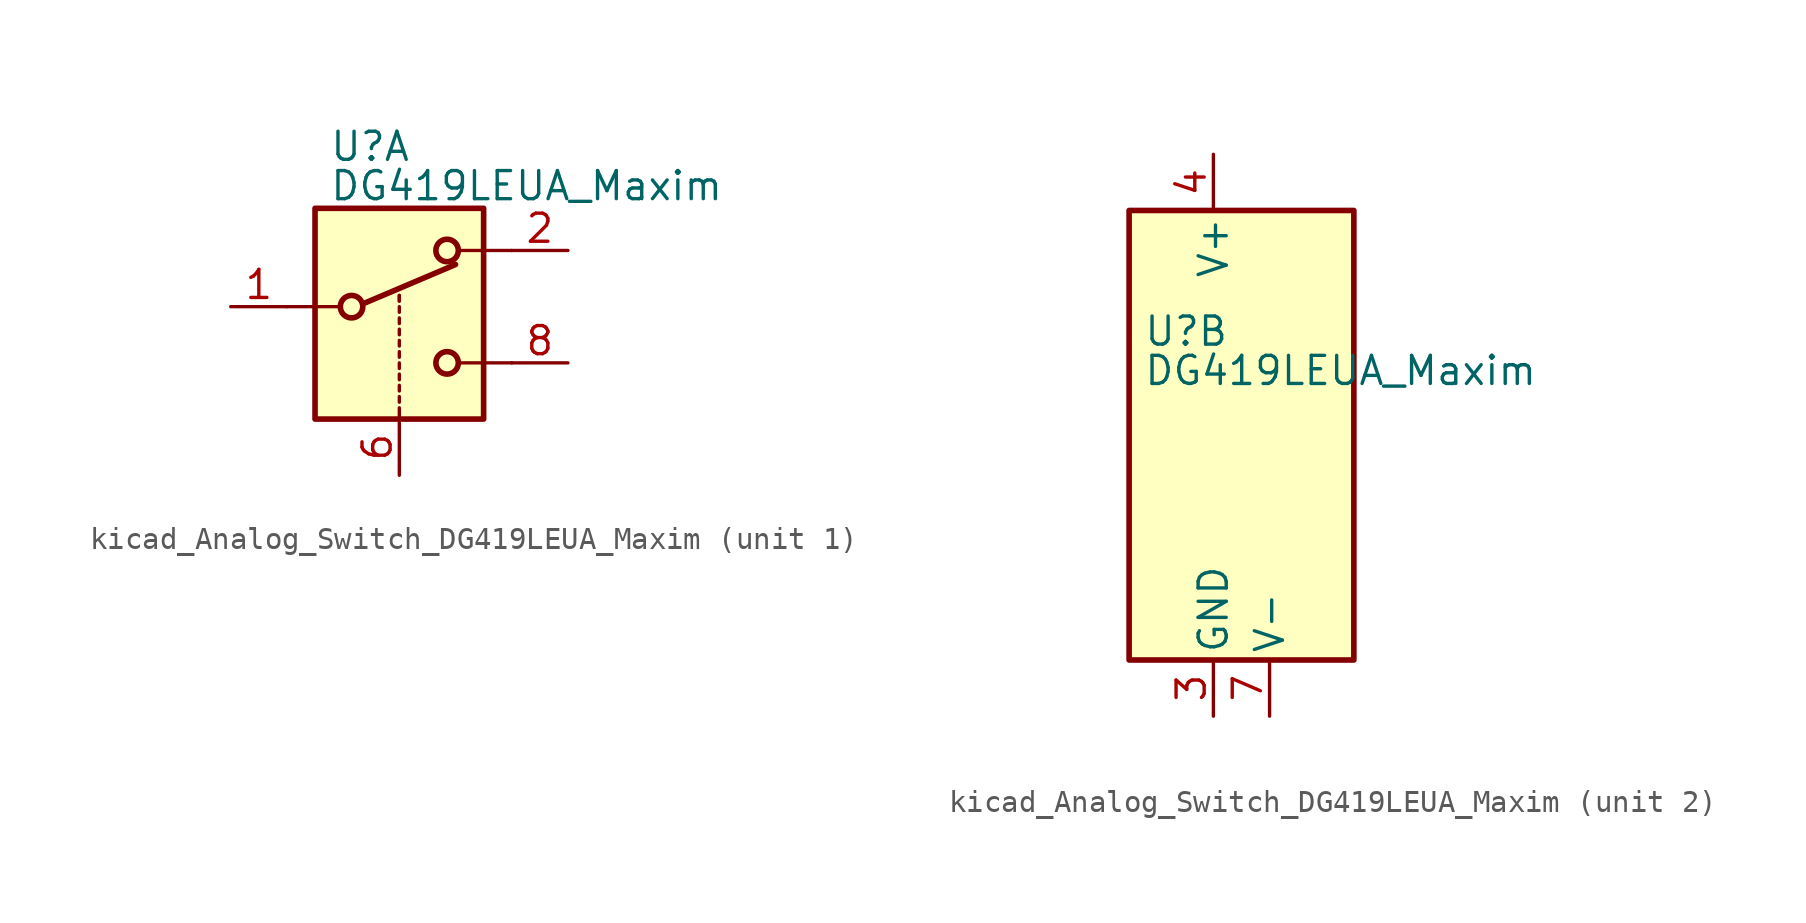
<source format=kicad_sym>
(kicad_symbol_lib
  (version 20220914)
  (generator kicad_symbol_editor)
  (symbol "kicad_Analog_Switch_DG419LEUA_Maxim"
    (pin_names
      (offset 0.254))
    (property "Reference" "U"
      (at -3.175 4.699 0)
      (effects (font (size 1.27 1.27)) (justify left)))
    (property "Value" "DG419LEUA_Maxim"
      (at -3.175 2.921 0)
      (effects (font (size 1.27 1.27)) (justify left)))
    (symbol "kicad_Analog_Switch_DG419LEUA_Maxim_1_1"
      (rectangle (start -3.81 1.905) (end 3.81 -7.62) (stroke (width 0.254) (type default)) (fill (type background)))
      (circle (center -2.159 -2.54) (radius 0.508) (stroke (width 0.254) (type default)) (fill (type none)))
      (polyline (pts (xy -5.08 -2.54) (xy -2.794 -2.54)) (stroke (width 0) (type default)) (fill (type none)))
      (polyline (pts (xy -1.651 -2.413) (xy 2.54 -0.635)) (stroke (width 0.254) (type default)) (fill (type none)))
      (polyline (pts (xy 0 -7.62) (xy 0 -7.112)) (stroke (width 0) (type default)) (fill (type none)))
      (polyline (pts (xy 0 -6.858) (xy 0 -6.604)) (stroke (width 0) (type default)) (fill (type none)))
      (polyline (pts (xy 0 -6.35) (xy 0 -6.096)) (stroke (width 0) (type default)) (fill (type none)))
      (polyline (pts (xy 0 -5.842) (xy 0 -5.588)) (stroke (width 0) (type default)) (fill (type none)))
      (polyline (pts (xy 0 -5.334) (xy 0 -5.08)) (stroke (width 0) (type default)) (fill (type none)))
      (polyline (pts (xy 0 -4.826) (xy 0 -4.572)) (stroke (width 0) (type default)) (fill (type none)))
      (polyline (pts (xy 0 -4.318) (xy 0 -4.064)) (stroke (width 0) (type default)) (fill (type none)))
      (polyline (pts (xy 0 -3.81) (xy 0 -3.556)) (stroke (width 0) (type default)) (fill (type none)))
      (polyline (pts (xy 0 -3.302) (xy 0 -3.048)) (stroke (width 0) (type default)) (fill (type none)))
      (polyline (pts (xy 0 -2.794) (xy 0 -2.54)) (stroke (width 0) (type default)) (fill (type none)))
      (polyline (pts (xy 0 -2.286) (xy 0 -2.032)) (stroke (width 0) (type default)) (fill (type none)))
      (polyline (pts (xy 0 -2.286) (xy 0 -2.032)) (stroke (width 0) (type default)) (fill (type none)))
      (polyline (pts (xy 5.08 -5.08) (xy 2.794 -5.08)) (stroke (width 0) (type default)) (fill (type none)))
      (polyline (pts (xy 5.08 0) (xy 2.794 0)) (stroke (width 0) (type default)) (fill (type none)))
      (circle (center 2.159 -5.08) (radius 0.508) (stroke (width 0.254) (type default)) (fill (type none)))
      (circle (center 2.159 0) (radius 0.508) (stroke (width 0.254) (type default)) (fill (type none)))
      (pin passive line (at -7.62 -2.54 0) (length 2.54) (name "~" (effects (font (size 1.27 1.27)))) (number "1" (effects (font (size 1.27 1.27)))))
      (pin passive line (at 7.62 0 180) (length 2.54) (name "~" (effects (font (size 1.27 1.27)))) (number "2" (effects (font (size 1.27 1.27)))))
      (pin input line (at 0 -10.16 90) (length 2.54) (name "~" (effects (font (size 1.27 1.27)))) (number "6" (effects (font (size 1.27 1.27)))))
      (pin passive line (at 7.62 -5.08 180) (length 2.54) (name "~" (effects (font (size 1.27 1.27)))) (number "8" (effects (font (size 1.27 1.27))))))
    (symbol "kicad_Analog_Switch_DG419LEUA_Maxim_2_0"
      (pin power_in line (at 0 -12.7 90) (length 2.54) (name "GND" (effects (font (size 1.27 1.27)))) (number "3" (effects (font (size 1.27 1.27)))))
      (pin power_in line (at 0 12.7 270) (length 2.54) (name "V+" (effects (font (size 1.27 1.27)))) (number "4" (effects (font (size 1.27 1.27)))))
      (pin no_connect line (at 2.54 10.16 270) (length 2.54) hide (name "NC" (effects (font (size 1.27 1.27)))) (number "5" (effects (font (size 1.27 1.27)))))
      (pin power_in line (at 2.54 -12.7 90) (length 2.54) (name "V-" (effects (font (size 1.27 1.27)))) (number "7" (effects (font (size 1.27 1.27))))))
    (symbol "kicad_Analog_Switch_DG419LEUA_Maxim_2_1"
      (rectangle (start -3.81 10.16) (end 6.35 -10.16) (stroke (width 0.254) (type default)) (fill (type background))))))
</source>
